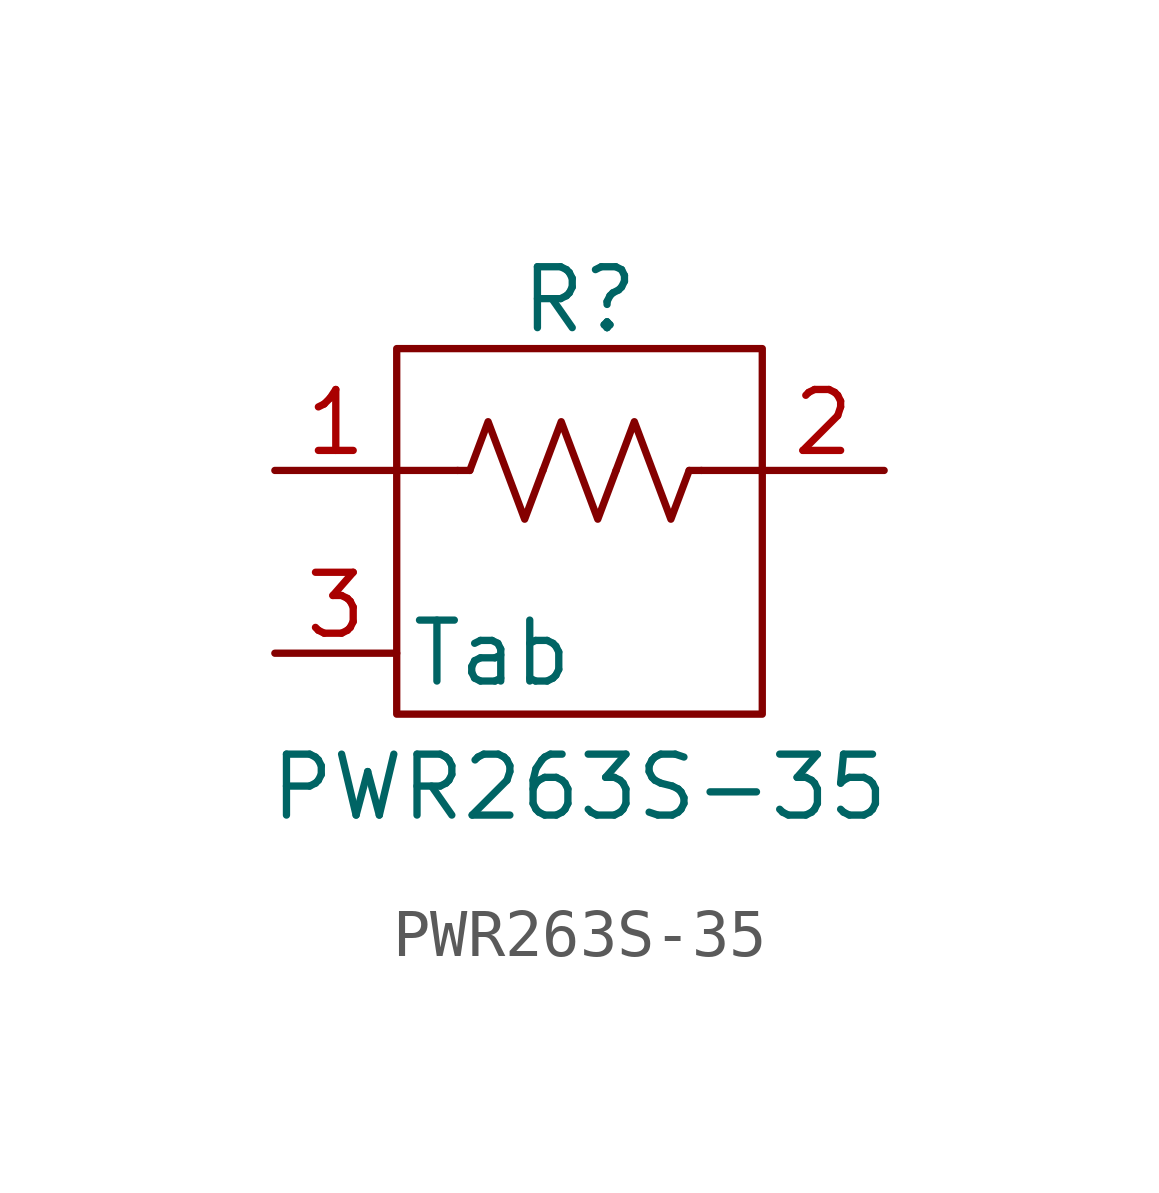
<source format=kicad_sym>
(kicad_symbol_lib
  (version 20231120)
  (generator "kicad_symbol_editor")
  (generator_version "8.0")
  (symbol "PWR263S-35"
    (pin_names
      (offset 0.254))
    (property "Reference" "R"
      (at 0 4.826 0)
      (effects (font (size 1.27 1.27))))
    (property "Value" "PWR263S-35"
      (at 0 -5.334 0)
      (effects (font (size 1.27 1.27))))
    (symbol "PWR263S-35_0_1"
      (rectangle (start -3.81 3.81) (end 3.81 -3.81) (stroke (width 0) (type default)) (fill (type none)))
      (polyline (pts (xy -2.54 1.27) (xy -3.81 1.27)) (stroke (width 0) (type default)) (fill (type none)))
      (polyline (pts (xy -2.286 1.27) (xy -2.54 1.27)) (stroke (width 0) (type default)) (fill (type none)))
      (polyline (pts (xy 2.286 1.27) (xy 2.54 1.27)) (stroke (width 0) (type default)) (fill (type none)))
      (polyline (pts (xy 3.81 1.27) (xy 2.54 1.27)) (stroke (width 0) (type default)) (fill (type none)))
      (polyline (pts (xy -0.762 1.27) (xy -1.143 0.254) (xy -1.524 1.27) (xy -1.905 2.286) (xy -2.286 1.27)) (stroke (width 0) (type default)) (fill (type none)))
      (polyline (pts (xy 0.762 1.27) (xy 0.381 0.254) (xy 0 1.27) (xy -0.381 2.286) (xy -0.762 1.27)) (stroke (width 0) (type default)) (fill (type none)))
      (polyline (pts (xy 2.286 1.27) (xy 1.905 0.254) (xy 1.524 1.27) (xy 1.143 2.286) (xy 0.762 1.27)) (stroke (width 0) (type default)) (fill (type none))))
    (symbol "PWR263S-35_1_1"
      (pin passive line (at -6.35 1.27 0) (length 2.54) (name "~" (effects (font (size 1.27 1.27)))) (number "1" (effects (font (size 1.27 1.27)))))
      (pin passive line (at 6.35 1.27 180) (length 2.54) (name "~" (effects (font (size 1.27 1.27)))) (number "2" (effects (font (size 1.27 1.27)))))
      (pin passive line (at -6.35 -2.54 0) (length 2.54) (name "Tab" (effects (font (size 1.27 1.27)))) (number "3" (effects (font (size 1.27 1.27))))))))
</source>
